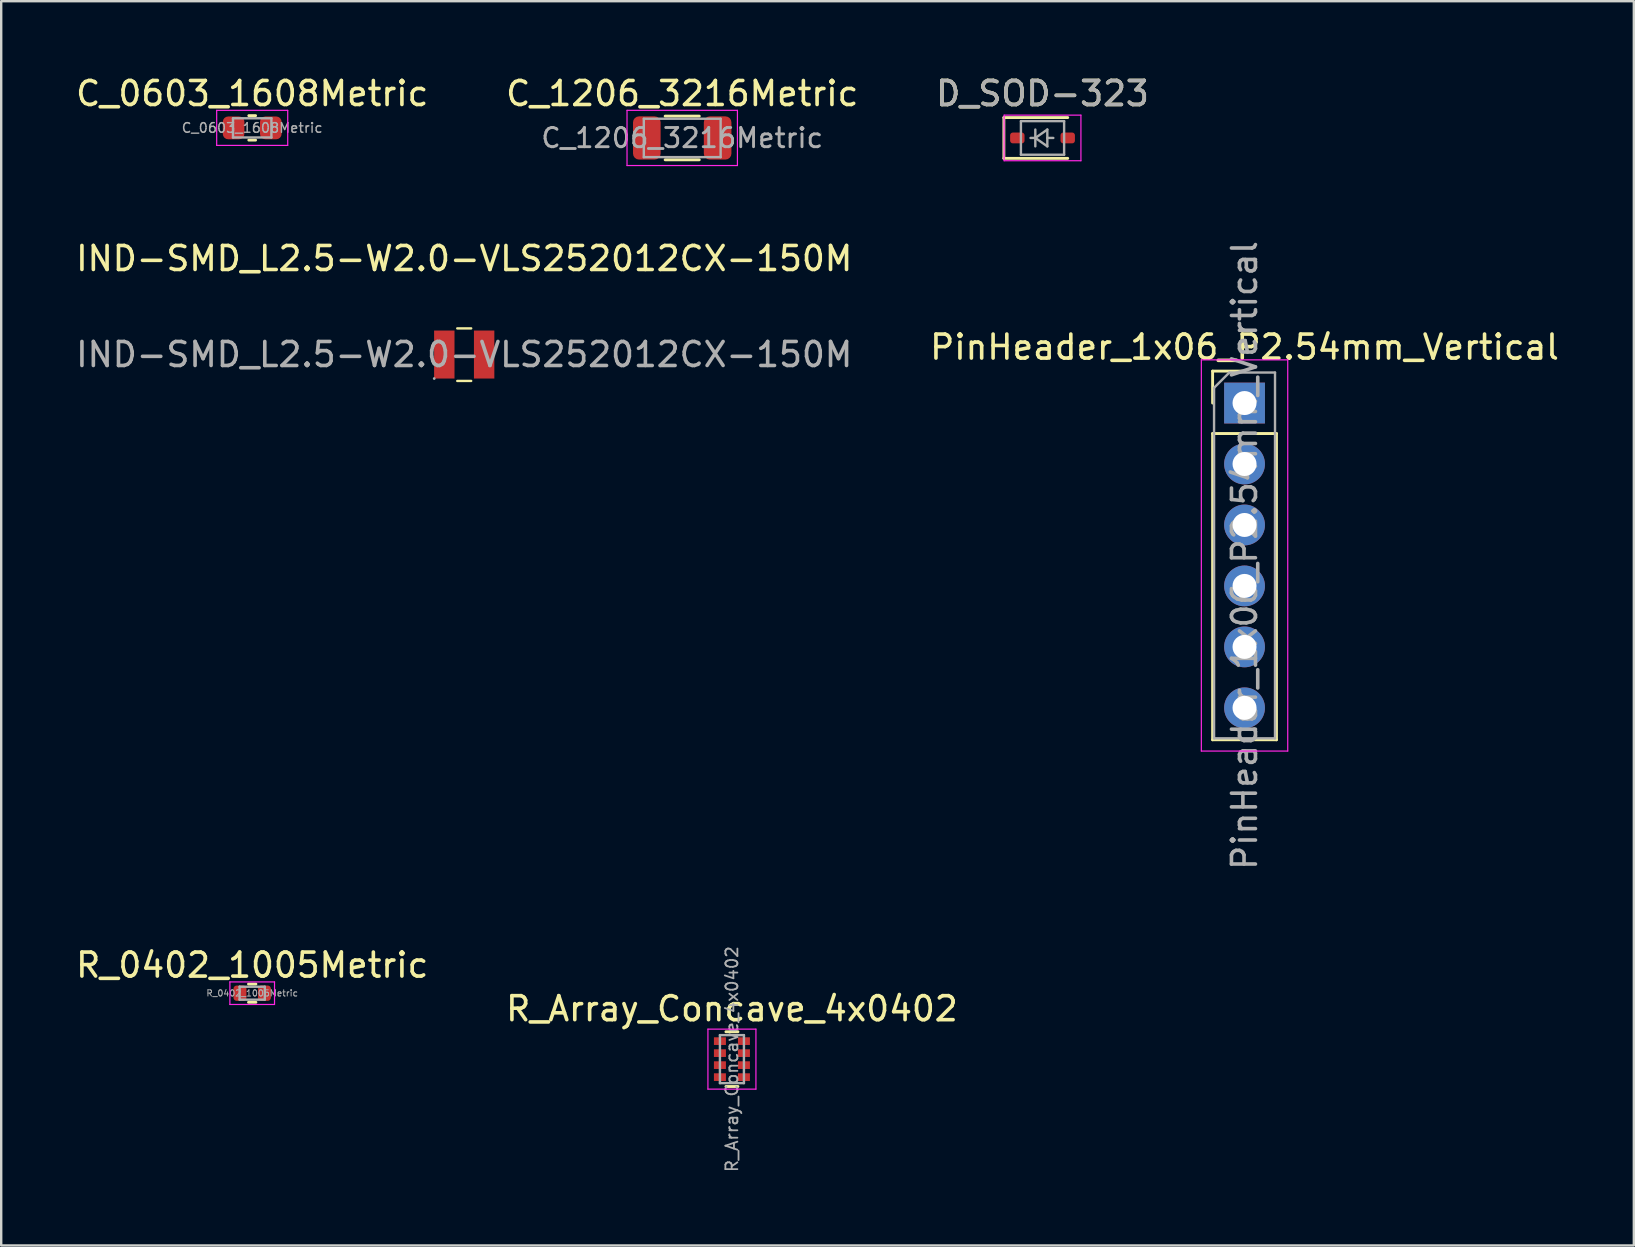
<source format=kicad_pcb>
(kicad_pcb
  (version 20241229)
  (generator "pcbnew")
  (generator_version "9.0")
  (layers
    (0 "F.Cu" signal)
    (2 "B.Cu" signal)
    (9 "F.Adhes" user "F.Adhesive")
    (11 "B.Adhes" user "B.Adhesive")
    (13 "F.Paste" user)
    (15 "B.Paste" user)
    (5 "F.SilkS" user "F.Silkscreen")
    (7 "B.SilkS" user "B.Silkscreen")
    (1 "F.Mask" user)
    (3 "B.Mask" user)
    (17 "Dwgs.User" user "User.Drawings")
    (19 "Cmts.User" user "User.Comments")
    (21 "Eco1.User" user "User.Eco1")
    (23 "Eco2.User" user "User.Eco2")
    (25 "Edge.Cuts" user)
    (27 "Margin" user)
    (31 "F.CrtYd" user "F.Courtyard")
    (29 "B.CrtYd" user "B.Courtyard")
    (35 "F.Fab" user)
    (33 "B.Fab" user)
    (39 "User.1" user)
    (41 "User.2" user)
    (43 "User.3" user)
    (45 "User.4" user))
  (footprint "C_0603_1608Metric"
    (layer "F.Cu")
    (at 7.458 2.278)
    (property "Reference" "C_0603_1608Metric" (at 0 -1.43 0) (layer "F.SilkS") (effects (font (size 1 1) (thickness 0.15))))
    (attr smd)
    (fp_line (start -0.141 -0.51) (end 0.141 -0.51) (stroke (width 0.12) (type solid)) (layer "F.SilkS"))
    (fp_line (start -0.141 0.51) (end 0.141 0.51) (stroke (width 0.12) (type solid)) (layer "F.SilkS"))
    (fp_line (start -1.48 -0.73) (end 1.48 -0.73) (stroke (width 0.05) (type solid)) (layer "F.CrtYd"))
    (fp_line (start -1.48 0.73) (end -1.48 -0.73) (stroke (width 0.05) (type solid)) (layer "F.CrtYd"))
    (fp_line (start 1.48 -0.73) (end 1.48 0.73) (stroke (width 0.05) (type solid)) (layer "F.CrtYd"))
    (fp_line (start 1.48 0.73) (end -1.48 0.73) (stroke (width 0.05) (type solid)) (layer "F.CrtYd"))
    (fp_line (start -0.8 -0.4) (end 0.8 -0.4) (stroke (width 0.1) (type solid)) (layer "F.Fab"))
    (fp_line (start -0.8 0.4) (end -0.8 -0.4) (stroke (width 0.1) (type solid)) (layer "F.Fab"))
    (fp_line (start 0.8 -0.4) (end 0.8 0.4) (stroke (width 0.1) (type solid)) (layer "F.Fab"))
    (fp_line (start 0.8 0.4) (end -0.8 0.4) (stroke (width 0.1) (type solid)) (layer "F.Fab"))
    (fp_text user "${REFERENCE}" (at 0 0 0) (layer "F.Fab") (effects (font (size 0.4 0.4) (thickness 0.06))))
    (pad "1" smd roundrect (at -0.775 0) (size 0.9 0.95) (layers "F.Cu" "F.Mask" "F.Paste") (roundrect_rratio 0.25))
    (pad "2" smd roundrect (at 0.775 0) (size 0.9 0.95) (layers "F.Cu" "F.Mask" "F.Paste") (roundrect_rratio 0.25)))
  (footprint "R_0402_1005Metric"
    (layer "F.Cu")
    (at 7.458 38.332)
    (property "Reference" "R_0402_1005Metric" (at 0 -1.17 180) (layer "F.SilkS") (effects (font (size 1 1) (thickness 0.15))))
    (attr smd)
    (fp_line (start -0.154 -0.38) (end 0.154 -0.38) (stroke (width 0.12) (type solid)) (layer "F.SilkS"))
    (fp_line (start -0.154 0.38) (end 0.154 0.38) (stroke (width 0.12) (type solid)) (layer "F.SilkS"))
    (fp_line (start -0.93 -0.47) (end 0.93 -0.47) (stroke (width 0.05) (type solid)) (layer "F.CrtYd"))
    (fp_line (start -0.93 0.47) (end -0.93 -0.47) (stroke (width 0.05) (type solid)) (layer "F.CrtYd"))
    (fp_line (start 0.93 -0.47) (end 0.93 0.47) (stroke (width 0.05) (type solid)) (layer "F.CrtYd"))
    (fp_line (start 0.93 0.47) (end -0.93 0.47) (stroke (width 0.05) (type solid)) (layer "F.CrtYd"))
    (fp_line (start -0.525 -0.27) (end 0.525 -0.27) (stroke (width 0.1) (type solid)) (layer "F.Fab"))
    (fp_line (start -0.525 0.27) (end -0.525 -0.27) (stroke (width 0.1) (type solid)) (layer "F.Fab"))
    (fp_line (start 0.525 -0.27) (end 0.525 0.27) (stroke (width 0.1) (type solid)) (layer "F.Fab"))
    (fp_line (start 0.525 0.27) (end -0.525 0.27) (stroke (width 0.1) (type solid)) (layer "F.Fab"))
    (fp_text user "${REFERENCE}" (at 0 0 180) (layer "F.Fab") (effects (font (size 0.26 0.26) (thickness 0.04))))
    (pad "1" smd roundrect (at -0.51 0) (size 0.54 0.64) (layers "F.Cu" "F.Mask" "F.Paste") (roundrect_rratio 0.25))
    (pad "2" smd roundrect (at 0.51 0) (size 0.54 0.64) (layers "F.Cu" "F.Mask" "F.Paste") (roundrect_rratio 0.25)))
  (footprint "IND-SMD_L2.5-W2.0-VLS252012CX-150M"
    (layer "F.Cu")
    (at 16.292 11.722)
    (property "Reference" "IND-SMD_L2.5-W2.0-VLS252012CX-150M" (at 0 -4 0) (layer "F.SilkS") (effects (font (size 1 1) (thickness 0.15))))
    (attr smd)
    (fp_line (start -0.29 -1.09) (end 0.29 -1.09) (stroke (width 0.1) (type solid)) (layer "F.SilkS"))
    (fp_line (start 0.29 1.1) (end -0.29 1.1) (stroke (width 0.1) (type solid)) (layer "F.SilkS"))
    (fp_circle (center -1.25 1) (end -1.22 1) (stroke (width 0.06) (type solid)) (fill no) (layer "F.Fab"))
    (fp_text user "${REFERENCE}" (at 0 0 0) (layer "F.Fab") (effects (font (size 1 1) (thickness 0.15))))
    (pad "1" smd rect (at -0.83 0) (size 0.85 2) (layers "F.Cu" "F.Mask" "F.Paste"))
    (pad "2" smd rect (at 0.83 0) (size 0.85 2) (layers "F.Cu" "F.Mask" "F.Paste")))
  (footprint "C_1206_3216Metric"
    (layer "F.Cu")
    (at 25.375 2.698)
    (property "Reference" "C_1206_3216Metric" (at 0 -1.85 180) (layer "F.SilkS") (effects (font (size 1 1) (thickness 0.15))))
    (attr smd)
    (fp_line (start -0.711 -0.91) (end 0.711 -0.91) (stroke (width 0.12) (type solid)) (layer "F.SilkS"))
    (fp_line (start -0.711 0.91) (end 0.711 0.91) (stroke (width 0.12) (type solid)) (layer "F.SilkS"))
    (fp_line (start -2.3 -1.15) (end 2.3 -1.15) (stroke (width 0.05) (type solid)) (layer "F.CrtYd"))
    (fp_line (start -2.3 1.15) (end -2.3 -1.15) (stroke (width 0.05) (type solid)) (layer "F.CrtYd"))
    (fp_line (start 2.3 -1.15) (end 2.3 1.15) (stroke (width 0.05) (type solid)) (layer "F.CrtYd"))
    (fp_line (start 2.3 1.15) (end -2.3 1.15) (stroke (width 0.05) (type solid)) (layer "F.CrtYd"))
    (fp_line (start -1.6 -0.8) (end 1.6 -0.8) (stroke (width 0.1) (type solid)) (layer "F.Fab"))
    (fp_line (start -1.6 0.8) (end -1.6 -0.8) (stroke (width 0.1) (type solid)) (layer "F.Fab"))
    (fp_line (start 1.6 -0.8) (end 1.6 0.8) (stroke (width 0.1) (type solid)) (layer "F.Fab"))
    (fp_line (start 1.6 0.8) (end -1.6 0.8) (stroke (width 0.1) (type solid)) (layer "F.Fab"))
    (fp_text user "${REFERENCE}" (at 0 0 180) (layer "F.Fab") (effects (font (size 0.8 0.8) (thickness 0.12))))
    (pad "1" smd roundrect (at -1.475 0) (size 1.15 1.8) (layers "F.Cu" "F.Mask" "F.Paste") (roundrect_rratio 0.217))
    (pad "2" smd roundrect (at 1.475 0) (size 1.15 1.8) (layers "F.Cu" "F.Mask" "F.Paste") (roundrect_rratio 0.217)))
  (footprint "R_Array_Concave_4x0402"
    (layer "F.Cu")
    (at 27.446 41.079)
    (property "Reference" "R_Array_Concave_4x0402" (at 0 -2.1 0) (layer "F.SilkS") (effects (font (size 1 1) (thickness 0.15))))
    (attr smd)
    (fp_line (start 0.25 -1.14) (end -0.25 -1.14) (stroke (width 0.12) (type solid)) (layer "F.SilkS"))
    (fp_line (start 0.25 1.14) (end -0.25 1.14) (stroke (width 0.12) (type solid)) (layer "F.SilkS"))
    (fp_line (start -1 -1.25) (end -1 1.25) (stroke (width 0.05) (type solid)) (layer "F.CrtYd"))
    (fp_line (start -1 -1.25) (end 1 -1.25) (stroke (width 0.05) (type solid)) (layer "F.CrtYd"))
    (fp_line (start 1 1.25) (end -1 1.25) (stroke (width 0.05) (type solid)) (layer "F.CrtYd"))
    (fp_line (start 1 1.25) (end 1 -1.25) (stroke (width 0.05) (type solid)) (layer "F.CrtYd"))
    (fp_line (start -0.5 -1) (end 0.5 -1) (stroke (width 0.1) (type solid)) (layer "F.Fab"))
    (fp_line (start -0.5 1) (end -0.5 -1) (stroke (width 0.1) (type solid)) (layer "F.Fab"))
    (fp_line (start 0.5 -1) (end 0.5 1) (stroke (width 0.1) (type solid)) (layer "F.Fab"))
    (fp_line (start 0.5 1) (end -0.5 1) (stroke (width 0.1) (type solid)) (layer "F.Fab"))
    (fp_text user "${REFERENCE}" (at 0 0 90) (layer "F.Fab") (effects (font (size 0.5 0.5) (thickness 0.075))))
    (pad "1" smd rect (at -0.5 -0.75) (size 0.5 0.32) (layers "F.Cu" "F.Mask" "F.Paste"))
    (pad "2" smd rect (at -0.5 -0.25) (size 0.5 0.32) (layers "F.Cu" "F.Mask" "F.Paste"))
    (pad "3" smd rect (at -0.5 0.25) (size 0.5 0.32) (layers "F.Cu" "F.Mask" "F.Paste"))
    (pad "4" smd rect (at -0.5 0.75) (size 0.5 0.32) (layers "F.Cu" "F.Mask" "F.Paste"))
    (pad "5" smd rect (at 0.5 0.75) (size 0.5 0.32) (layers "F.Cu" "F.Mask" "F.Paste"))
    (pad "6" smd rect (at 0.5 0.25) (size 0.5 0.32) (layers "F.Cu" "F.Mask" "F.Paste"))
    (pad "7" smd rect (at 0.5 -0.25) (size 0.5 0.32) (layers "F.Cu" "F.Mask" "F.Paste"))
    (pad "8" smd rect (at 0.5 -0.75) (size 0.5 0.32) (layers "F.Cu" "F.Mask" "F.Paste")))
  (footprint "D_SOD-323"
    (layer "F.Cu")
    (at 40.387 2.698)
    (property "Reference" "D_SOD-323" (at 0 -1.85 0) (layer "F.SilkS") (effects (font (size 1 1) (thickness 0.15))))
    (attr smd)
    (fp_line (start -1.61 -0.85) (end -1.61 0.85) (stroke (width 0.12) (type solid)) (layer "F.SilkS"))
    (fp_line (start -1.61 -0.85) (end 1.05 -0.85) (stroke (width 0.12) (type solid)) (layer "F.SilkS"))
    (fp_line (start -1.61 0.85) (end 1.05 0.85) (stroke (width 0.12) (type solid)) (layer "F.SilkS"))
    (fp_line (start -1.6 -0.95) (end -1.6 0.95) (stroke (width 0.05) (type solid)) (layer "F.CrtYd"))
    (fp_line (start -1.6 -0.95) (end 1.6 -0.95) (stroke (width 0.05) (type solid)) (layer "F.CrtYd"))
    (fp_line (start -1.6 0.95) (end 1.6 0.95) (stroke (width 0.05) (type solid)) (layer "F.CrtYd"))
    (fp_line (start 1.6 -0.95) (end 1.6 0.95) (stroke (width 0.05) (type solid)) (layer "F.CrtYd"))
    (fp_line (start -0.9 -0.7) (end 0.9 -0.7) (stroke (width 0.1) (type solid)) (layer "F.Fab"))
    (fp_line (start -0.9 0.7) (end -0.9 -0.7) (stroke (width 0.1) (type solid)) (layer "F.Fab"))
    (fp_line (start -0.3 -0.35) (end -0.3 0.35) (stroke (width 0.1) (type solid)) (layer "F.Fab"))
    (fp_line (start -0.3 0) (end -0.5 0) (stroke (width 0.1) (type solid)) (layer "F.Fab"))
    (fp_line (start -0.3 0) (end 0.2 -0.35) (stroke (width 0.1) (type solid)) (layer "F.Fab"))
    (fp_line (start 0.2 -0.35) (end 0.2 0.35) (stroke (width 0.1) (type solid)) (layer "F.Fab"))
    (fp_line (start 0.2 0) (end 0.45 0) (stroke (width 0.1) (type solid)) (layer "F.Fab"))
    (fp_line (start 0.2 0.35) (end -0.3 0) (stroke (width 0.1) (type solid)) (layer "F.Fab"))
    (fp_line (start 0.9 -0.7) (end 0.9 0.7) (stroke (width 0.1) (type solid)) (layer "F.Fab"))
    (fp_line (start 0.9 0.7) (end -0.9 0.7) (stroke (width 0.1) (type solid)) (layer "F.Fab"))
    (fp_text user "${REFERENCE}" (at 0 -1.85 0) (layer "F.Fab") (effects (font (size 1 1) (thickness 0.15))))
    (pad "1" smd roundrect (at -1.05 0) (size 0.6 0.45) (layers "F.Cu" "F.Mask" "F.Paste") (roundrect_rratio 0.25))
    (pad "2" smd roundrect (at 1.05 0) (size 0.6 0.45) (layers "F.Cu" "F.Mask" "F.Paste") (roundrect_rratio 0.25)))
  (footprint "PinHeader_1x06_P2.54mm_Vertical"
    (layer "F.Cu")
    (at 48.804 13.743)
    (property "Reference" "PinHeader_1x06_P2.54mm_Vertical" (at 0 -2.33 0) (layer "F.SilkS") (effects (font (size 1 1) (thickness 0.15))))
    (attr through_hole dnp)
    (fp_line (start -1.33 -1.33) (end 0 -1.33) (stroke (width 0.12) (type solid)) (layer "F.SilkS"))
    (fp_line (start -1.33 0) (end -1.33 -1.33) (stroke (width 0.12) (type solid)) (layer "F.SilkS"))
    (fp_line (start -1.33 1.27) (end -1.33 14.03) (stroke (width 0.12) (type solid)) (layer "F.SilkS"))
    (fp_line (start -1.33 1.27) (end 1.33 1.27) (stroke (width 0.12) (type solid)) (layer "F.SilkS"))
    (fp_line (start -1.33 14.03) (end 1.33 14.03) (stroke (width 0.12) (type solid)) (layer "F.SilkS"))
    (fp_line (start 1.33 1.27) (end 1.33 14.03) (stroke (width 0.12) (type solid)) (layer "F.SilkS"))
    (fp_line (start -1.8 -1.8) (end -1.8 14.5) (stroke (width 0.05) (type solid)) (layer "F.CrtYd"))
    (fp_line (start -1.8 14.5) (end 1.8 14.5) (stroke (width 0.05) (type solid)) (layer "F.CrtYd"))
    (fp_line (start 1.8 -1.8) (end -1.8 -1.8) (stroke (width 0.05) (type solid)) (layer "F.CrtYd"))
    (fp_line (start 1.8 14.5) (end 1.8 -1.8) (stroke (width 0.05) (type solid)) (layer "F.CrtYd"))
    (fp_line (start -1.27 -0.635) (end -0.635 -1.27) (stroke (width 0.1) (type solid)) (layer "F.Fab"))
    (fp_line (start -1.27 13.97) (end -1.27 -0.635) (stroke (width 0.1) (type solid)) (layer "F.Fab"))
    (fp_line (start -0.635 -1.27) (end 1.27 -1.27) (stroke (width 0.1) (type solid)) (layer "F.Fab"))
    (fp_line (start 1.27 -1.27) (end 1.27 13.97) (stroke (width 0.1) (type solid)) (layer "F.Fab"))
    (fp_line (start 1.27 13.97) (end -1.27 13.97) (stroke (width 0.1) (type solid)) (layer "F.Fab"))
    (fp_text user "${REFERENCE}" (at 0 6.35 90) (layer "F.Fab") (effects (font (size 1 1) (thickness 0.15))))
    (pad "1" thru_hole rect (at 0 0) (size 1.7 1.7) (drill 1) (layers "*.Cu" "*.Mask"))
    (pad "2" thru_hole oval (at 0 2.54) (size 1.7 1.7) (drill 1) (layers "*.Cu" "*.Mask"))
    (pad "3" thru_hole oval (at 0 5.08) (size 1.7 1.7) (drill 1) (layers "*.Cu" "*.Mask"))
    (pad "4" thru_hole oval (at 0 7.62) (size 1.7 1.7) (drill 1) (layers "*.Cu" "*.Mask"))
    (pad "5" thru_hole oval (at 0 10.16) (size 1.7 1.7) (drill 1) (layers "*.Cu" "*.Mask"))
    (pad "6" thru_hole oval (at 0 12.7) (size 1.7 1.7) (drill 1) (layers "*.Cu" "*.Mask")))
  (gr_rect
    (start -3 -3)
    (end 65.024 48.843)
    (stroke (width 0.1) (type default))
    (fill no)
    (layer "Edge.Cuts")))
</source>
